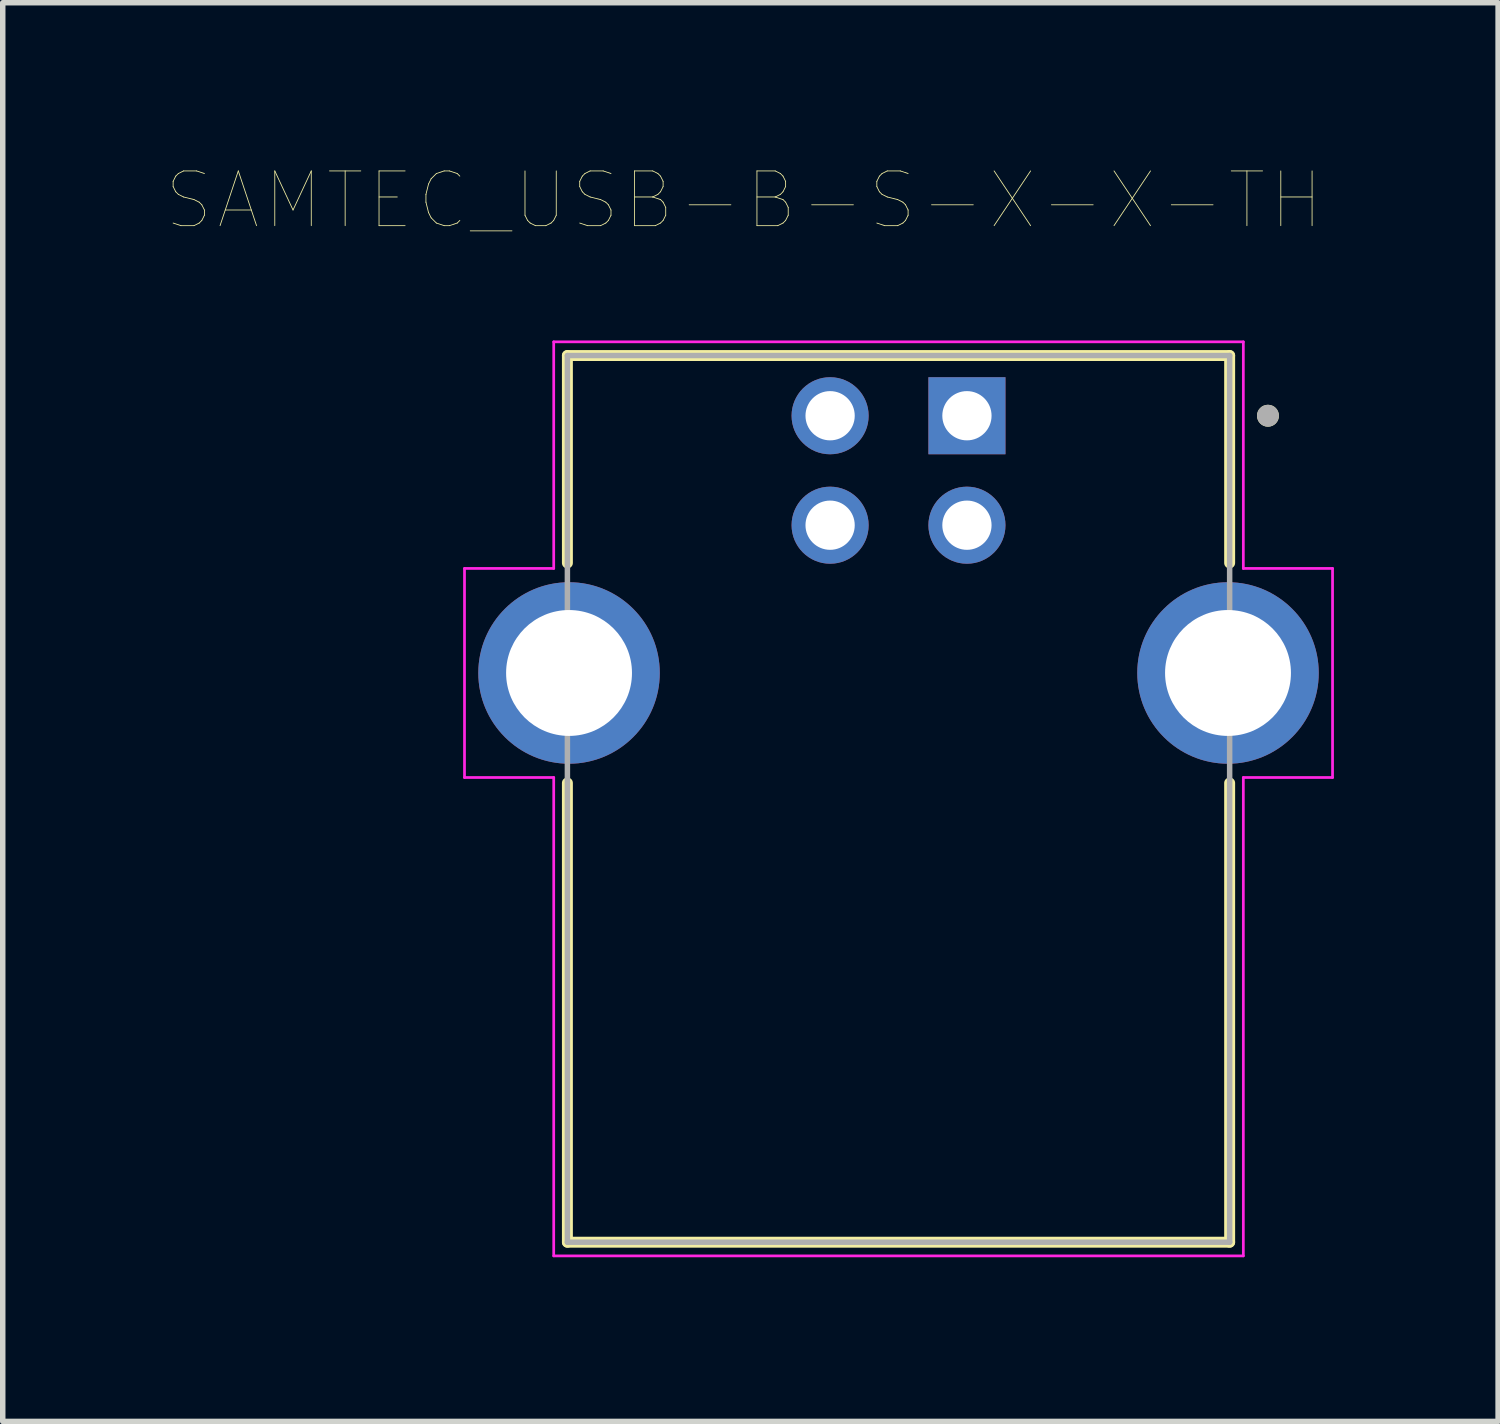
<source format=kicad_pcb>
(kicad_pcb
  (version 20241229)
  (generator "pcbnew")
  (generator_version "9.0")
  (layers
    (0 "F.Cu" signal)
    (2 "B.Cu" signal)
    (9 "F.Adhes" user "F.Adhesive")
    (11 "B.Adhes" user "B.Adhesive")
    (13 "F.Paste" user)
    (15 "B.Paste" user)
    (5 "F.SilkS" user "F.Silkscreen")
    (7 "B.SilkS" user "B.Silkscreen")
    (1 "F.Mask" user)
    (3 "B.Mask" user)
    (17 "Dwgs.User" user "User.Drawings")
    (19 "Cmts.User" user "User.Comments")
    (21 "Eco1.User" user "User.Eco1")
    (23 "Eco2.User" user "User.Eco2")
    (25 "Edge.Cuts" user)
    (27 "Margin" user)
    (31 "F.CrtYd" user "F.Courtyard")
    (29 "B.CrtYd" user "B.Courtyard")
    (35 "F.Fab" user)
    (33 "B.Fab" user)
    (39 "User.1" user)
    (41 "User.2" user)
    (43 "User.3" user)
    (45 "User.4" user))
  (footprint "SAMTEC_USB-B-S-X-X-TH"
    (layer "F.Cu")
    (at 13.367 9.246)
    (property "Reference" "SAMTEC_USB-B-S-X-X-TH" (at -2.825 -8.635 0) (layer "F.SilkS") (effects (font (size 1 1) (thickness 0.015))))
    (attr through_hole)
    (fp_line (start -6.05 -5.8) (end 6.05 -5.8) (stroke (width 0.2) (type solid)) (layer "F.SilkS"))
    (fp_line (start -6.05 -2.01) (end -6.05 -5.8) (stroke (width 0.2) (type solid)) (layer "F.SilkS"))
    (fp_line (start -6.05 10.4) (end -6.05 2.01) (stroke (width 0.2) (type solid)) (layer "F.SilkS"))
    (fp_line (start 6.05 -5.8) (end 6.05 -2.01) (stroke (width 0.2) (type solid)) (layer "F.SilkS"))
    (fp_line (start 6.05 2.01) (end 6.05 10.4) (stroke (width 0.2) (type solid)) (layer "F.SilkS"))
    (fp_line (start 6.05 10.4) (end -6.05 10.4) (stroke (width 0.2) (type solid)) (layer "F.SilkS"))
    (fp_circle (center 6.75 -4.7) (end 6.85 -4.7) (stroke (width 0.2) (type solid)) (fill no) (layer "F.SilkS"))
    (fp_line (start -7.93 -1.91) (end -6.3 -1.91) (stroke (width 0.05) (type solid)) (layer "F.CrtYd"))
    (fp_line (start -7.93 1.91) (end -7.93 -1.91) (stroke (width 0.05) (type solid)) (layer "F.CrtYd"))
    (fp_line (start -6.3 -6.05) (end 6.3 -6.05) (stroke (width 0.05) (type solid)) (layer "F.CrtYd"))
    (fp_line (start -6.3 -1.91) (end -6.3 -6.05) (stroke (width 0.05) (type solid)) (layer "F.CrtYd"))
    (fp_line (start -6.3 1.91) (end -7.93 1.91) (stroke (width 0.05) (type solid)) (layer "F.CrtYd"))
    (fp_line (start -6.3 10.65) (end -6.3 1.91) (stroke (width 0.05) (type solid)) (layer "F.CrtYd"))
    (fp_line (start 6.3 -6.05) (end 6.3 -1.91) (stroke (width 0.05) (type solid)) (layer "F.CrtYd"))
    (fp_line (start 6.3 -1.91) (end 7.93 -1.91) (stroke (width 0.05) (type solid)) (layer "F.CrtYd"))
    (fp_line (start 6.3 1.91) (end 6.3 10.65) (stroke (width 0.05) (type solid)) (layer "F.CrtYd"))
    (fp_line (start 6.3 10.65) (end -6.3 10.65) (stroke (width 0.05) (type solid)) (layer "F.CrtYd"))
    (fp_line (start 7.93 -1.91) (end 7.93 1.91) (stroke (width 0.05) (type solid)) (layer "F.CrtYd"))
    (fp_line (start 7.93 1.91) (end 6.3 1.91) (stroke (width 0.05) (type solid)) (layer "F.CrtYd"))
    (fp_line (start -6.05 -5.8) (end 6.05 -5.8) (stroke (width 0.1) (type solid)) (layer "F.Fab"))
    (fp_line (start -6.05 10.4) (end -6.05 -5.8) (stroke (width 0.1) (type solid)) (layer "F.Fab"))
    (fp_line (start 6.05 -5.8) (end 6.05 10.4) (stroke (width 0.1) (type solid)) (layer "F.Fab"))
    (fp_line (start 6.05 10.4) (end -6.05 10.4) (stroke (width 0.1) (type solid)) (layer "F.Fab"))
    (fp_circle (center 6.75 -4.7) (end 6.85 -4.7) (stroke (width 0.2) (type solid)) (fill no) (layer "F.Fab"))
    (pad "1" thru_hole rect (at 1.25 -4.7) (size 1.408 1.408) (drill 0.9) (layers "*.Cu" "*.Mask"))
    (pad "2" thru_hole circle (at -1.25 -4.7) (size 1.408 1.408) (drill 0.9) (layers "*.Cu" "*.Mask"))
    (pad "3" thru_hole circle (at -1.25 -2.7) (size 1.408 1.408) (drill 0.9) (layers "*.Cu" "*.Mask"))
    (pad "4" thru_hole circle (at 1.25 -2.7) (size 1.408 1.408) (drill 0.9) (layers "*.Cu" "*.Mask"))
    (pad "S1" thru_hole circle (at -6.02 0) (size 3.316 3.316) (drill 2.3) (layers "*.Cu" "*.Mask"))
    (pad "S2" thru_hole circle (at 6.02 0) (size 3.316 3.316) (drill 2.3) (layers "*.Cu" "*.Mask")))
  (gr_rect
    (start -3 -3)
    (end 24.322 22.921)
    (stroke (width 0.1) (type default))
    (fill no)
    (layer "Edge.Cuts")))
</source>
